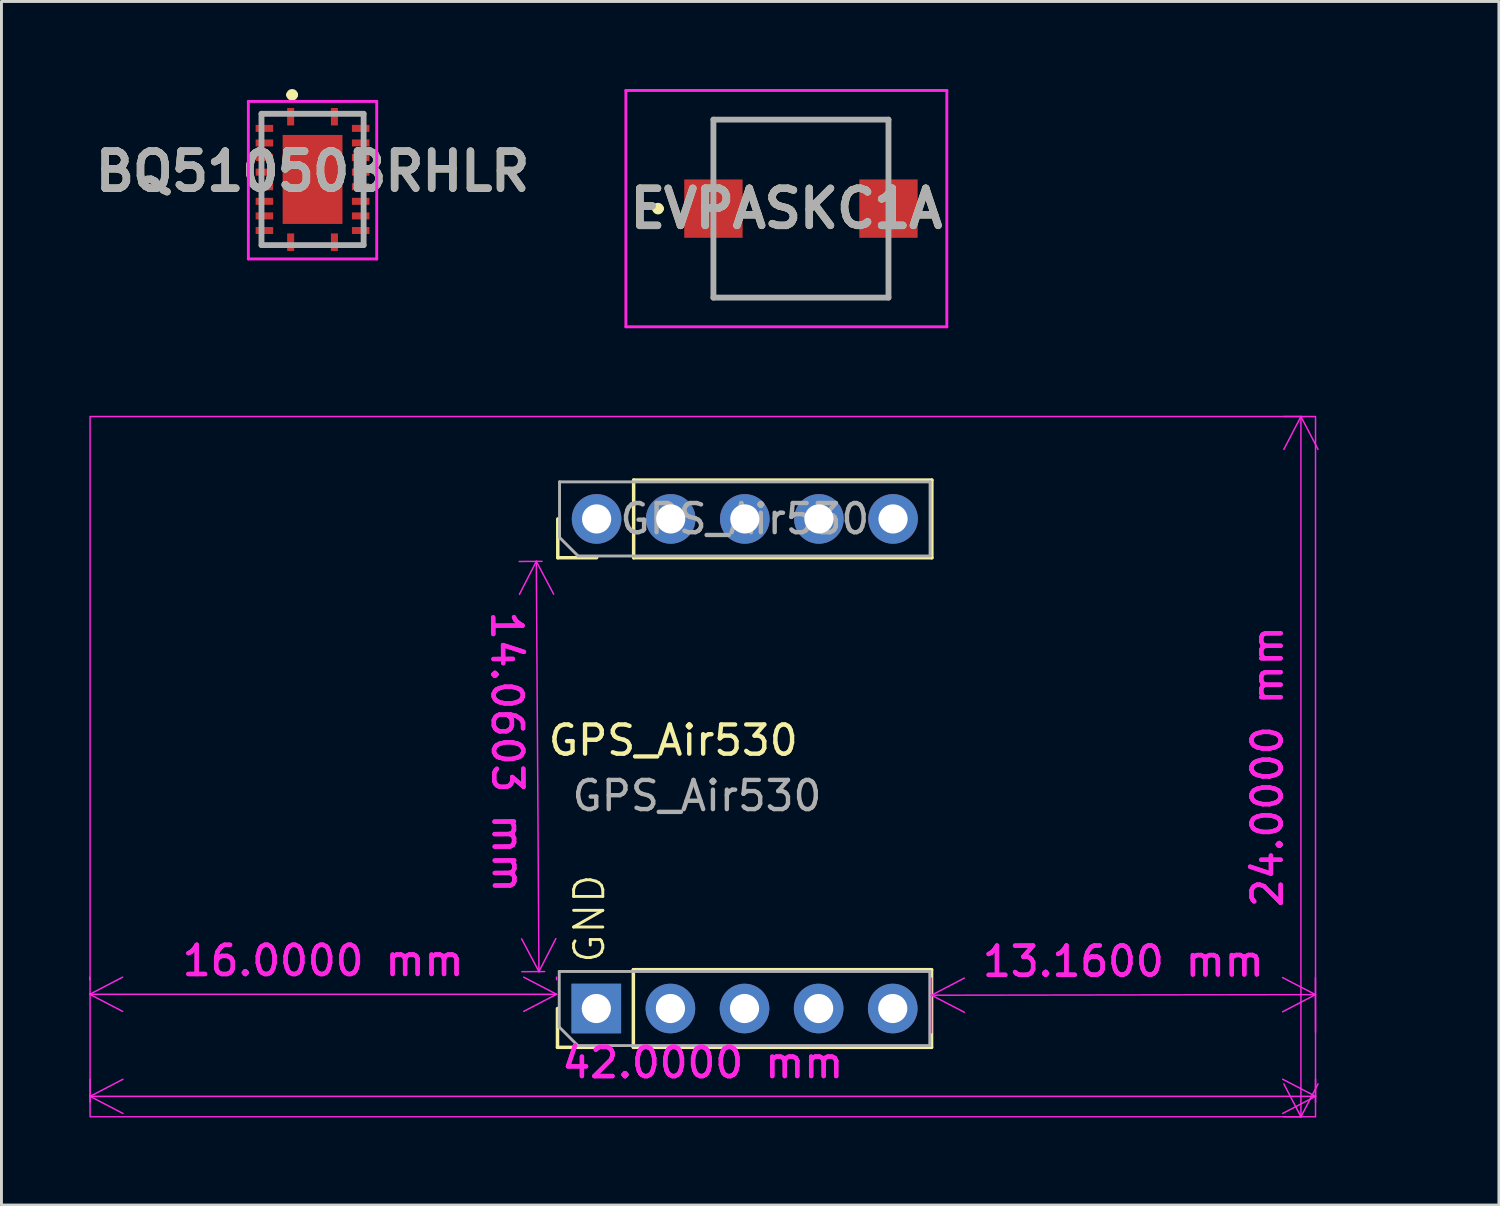
<source format=kicad_pcb>
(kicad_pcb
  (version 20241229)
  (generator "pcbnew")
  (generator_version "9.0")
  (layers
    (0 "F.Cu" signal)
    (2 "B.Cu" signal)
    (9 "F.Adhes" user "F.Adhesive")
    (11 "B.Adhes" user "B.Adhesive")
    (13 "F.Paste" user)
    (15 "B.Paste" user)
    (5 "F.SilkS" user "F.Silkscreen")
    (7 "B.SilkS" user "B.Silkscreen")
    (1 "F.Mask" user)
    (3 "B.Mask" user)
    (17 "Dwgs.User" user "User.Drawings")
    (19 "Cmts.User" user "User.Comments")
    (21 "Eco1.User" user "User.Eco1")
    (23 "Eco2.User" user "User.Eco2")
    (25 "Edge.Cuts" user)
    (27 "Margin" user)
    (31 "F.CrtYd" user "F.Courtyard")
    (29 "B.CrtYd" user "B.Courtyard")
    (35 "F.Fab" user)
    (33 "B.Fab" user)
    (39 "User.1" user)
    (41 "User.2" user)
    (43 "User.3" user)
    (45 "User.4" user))
  (footprint "GPS_Air530"
    (layer "F.Cu")
    (at 20.037 23.225)
    (property "Reference" "GPS_Air530" (at -0.012 -0.9 0) (layer "F.SilkS") (effects (font (size 1 1) (thickness 0.15))))
    (attr through_hole)
    (fp_line (start -3.98 9.62) (end -3.98 8.29) (stroke (width 0.12) (type solid)) (layer "F.SilkS"))
    (fp_line (start -3.97 -7.16) (end -3.97 -8.49) (stroke (width 0.12) (type solid)) (layer "F.SilkS"))
    (fp_line (start -2.65 9.62) (end -3.98 9.62) (stroke (width 0.12) (type solid)) (layer "F.SilkS"))
    (fp_line (start -2.64 -7.16) (end -3.97 -7.16) (stroke (width 0.12) (type solid)) (layer "F.SilkS"))
    (fp_line (start -1.38 6.96) (end 8.84 6.96) (stroke (width 0.12) (type solid)) (layer "F.SilkS"))
    (fp_line (start -1.38 9.62) (end -1.38 6.96) (stroke (width 0.12) (type solid)) (layer "F.SilkS"))
    (fp_line (start -1.38 9.62) (end 8.84 9.62) (stroke (width 0.12) (type solid)) (layer "F.SilkS"))
    (fp_line (start -1.37 -9.82) (end 8.85 -9.82) (stroke (width 0.12) (type solid)) (layer "F.SilkS"))
    (fp_line (start -1.37 -7.16) (end -1.37 -9.82) (stroke (width 0.12) (type solid)) (layer "F.SilkS"))
    (fp_line (start -1.37 -7.16) (end 8.85 -7.16) (stroke (width 0.12) (type solid)) (layer "F.SilkS"))
    (fp_line (start 8.84 9.62) (end 8.84 6.96) (stroke (width 0.12) (type solid)) (layer "F.SilkS"))
    (fp_line (start 8.85 -7.16) (end 8.85 -9.82) (stroke (width 0.12) (type solid)) (layer "F.SilkS"))
    (fp_rect (start -20 -12) (end 22 12) (stroke (width 0.05) (type default)) (fill no) (layer "F.CrtYd"))
    (fp_line (start -3.92 7.02) (end 8.78 7.02) (stroke (width 0.1) (type solid)) (layer "F.Fab"))
    (fp_line (start -3.92 8.925) (end -3.92 7.02) (stroke (width 0.1) (type solid)) (layer "F.Fab"))
    (fp_line (start -3.91 -9.76) (end 8.79 -9.76) (stroke (width 0.1) (type solid)) (layer "F.Fab"))
    (fp_line (start -3.91 -7.855) (end -3.91 -9.76) (stroke (width 0.1) (type solid)) (layer "F.Fab"))
    (fp_line (start -3.285 9.56) (end -3.92 8.925) (stroke (width 0.1) (type solid)) (layer "F.Fab"))
    (fp_line (start -3.275 -7.22) (end -3.91 -7.855) (stroke (width 0.1) (type solid)) (layer "F.Fab"))
    (fp_line (start 8.78 7.02) (end 8.78 9.56) (stroke (width 0.1) (type solid)) (layer "F.Fab"))
    (fp_line (start 8.78 9.56) (end -3.285 9.56) (stroke (width 0.1) (type solid)) (layer "F.Fab"))
    (fp_line (start 8.79 -9.76) (end 8.79 -7.22) (stroke (width 0.1) (type solid)) (layer "F.Fab"))
    (fp_line (start 8.79 -7.22) (end -3.275 -7.22) (stroke (width 0.1) (type solid)) (layer "F.Fab"))
    (fp_text user "GND" (at -2.3 6.8 90) (unlocked yes) (layer "F.SilkS") (effects (font (size 1 1) (thickness 0.1)) (justify left bottom)))
    (fp_text user "${REFERENCE}" (at 2.44 -8.49 180) (layer "F.Fab") (effects (font (size 1 1) (thickness 0.15))))
    (fp_text user "${REFERENCE}" (at 0.8 1 180) (layer "F.Fab") (effects (font (size 1 1) (thickness 0.15))))
    (dimension (type aligned) (layer "F.CrtYd") (pts (xy 0.037 35.225) (xy 42.037 35.225)) (height -0.7) (format (prefix "") (suffix "") (units 3) (units_format 1) (precision 4)) (style (thickness 0.05) (arrow_length 1.27) (text_position_mode 0) (arrow_direction outward) (extension_height 0.586) (extension_offset 0.5) (keep_text_aligned yes)) (gr_text "42.0000 mm" (at 21.037 33.375 0) (layer "F.CrtYd") (effects (font (size 1 1) (thickness 0.15)))))
    (dimension (type aligned) (layer "F.CrtYd") (pts (xy 42.037 11.225) (xy 42.037 35.225)) (height 0.5) (format (prefix "") (suffix "") (units 3) (units_format 1) (precision 4)) (style (thickness 0.05) (arrow_length 1.27) (text_position_mode 0) (arrow_direction outward) (extension_height 0.586) (extension_offset 0.5) (keep_text_aligned yes)) (gr_text "24.0000 mm" (at 40.387 23.225 90) (layer "F.CrtYd") (effects (font (size 1 1) (thickness 0.15)))))
    (dimension (type aligned) (layer "F.CrtYd") (pts (xy 16.117 30.245) (xy 16.027 16.185)) (height -0.696) (format (prefix "") (suffix "") (units 3) (units_format 1) (precision 4)) (style (thickness 0.05) (arrow_length 1.27) (text_position_mode 2) (arrow_direction outward) (extension_height 0.586) (extension_offset 0.5) (keep_text_aligned yes)) (gr_text "14.0603 mm" (at 14.337 22.725 -89.633) (layer "F.CrtYd") (effects (font (size 1 1) (thickness 0.15)))))
    (dimension (type aligned) (layer "F.CrtYd") (pts (xy 0.025 31.027) (xy 16.025 31.027)) (height 0) (format (prefix "") (suffix "") (units 3) (units_format 1) (precision 4)) (style (thickness 0.05) (arrow_length 1.27) (text_position_mode 0) (arrow_direction outward) (extension_height 0.586) (extension_offset 0.5) (keep_text_aligned yes)) (gr_text "16.0000 mm" (at 8.025 29.877 0) (layer "F.CrtYd") (effects (font (size 1 1) (thickness 0.15)))))
    (dimension (type aligned) (layer "F.CrtYd") (pts (xy 28.877 32.845) (xy 42.037 32.825)) (height -1.786) (format (prefix "") (suffix "") (units 3) (units_format 1) (precision 4)) (style (thickness 0.05) (arrow_length 1.27) (text_position_mode 0) (arrow_direction outward) (extension_height 0.586) (extension_offset 0.5) (keep_text_aligned yes)) (gr_text "13.1600 mm" (at 35.453 29.899 0.087) (layer "F.CrtYd") (effects (font (size 1 1) (thickness 0.15)))))
    (pad "1" thru_hole rect (at -2.65 8.29 90) (size 1.7 1.7) (drill 1) (layers "*.Cu" "*.Mask"))
    (pad "2" thru_hole oval (at -0.11 8.29 90) (size 1.7 1.7) (drill 1) (layers "*.Cu" "*.Mask"))
    (pad "3" thru_hole oval (at 2.43 8.29 90) (size 1.7 1.7) (drill 1) (layers "*.Cu" "*.Mask"))
    (pad "4" thru_hole oval (at 4.97 8.29 90) (size 1.7 1.7) (drill 1) (layers "*.Cu" "*.Mask"))
    (pad "5" thru_hole oval (at 7.51 8.29 90) (size 1.7 1.7) (drill 1) (layers "*.Cu" "*.Mask"))
    (pad "6" thru_hole oval (at 7.52 -8.49 90) (size 1.7 1.7) (drill 1) (layers "*.Cu" "*.Mask"))
    (pad "7" thru_hole oval (at 4.98 -8.49 90) (size 1.7 1.7) (drill 1) (layers "*.Cu" "*.Mask"))
    (pad "8" thru_hole oval (at 2.44 -8.49 90) (size 1.7 1.7) (drill 1) (layers "*.Cu" "*.Mask"))
    (pad "9" thru_hole oval (at -0.1 -8.49 90) (size 1.7 1.7) (drill 1) (layers "*.Cu" "*.Mask"))
    (pad "10" thru_hole circle (at -2.64 -8.49 90) (size 1.7 1.7) (drill 1) (layers "*.Cu" "*.Mask")))
  (footprint "BQ51050BRHLR"
    (layer "F.Cu")
    (at 7.662 2.725)
    (property "Reference" "BQ51050BRHLR" (at 0 0.1 0) (layer "F.SilkS") (effects (font (size 1.27 1.27) (thickness 0.254))))
    (attr smd)
    (fp_line (start -1.75 -1.875) (end -1.75 -1.625) (stroke (width 0.1) (type solid)) (layer "F.SilkS"))
    (fp_line (start -1.75 2.375) (end -1.75 2.625) (stroke (width 0.1) (type solid)) (layer "F.SilkS"))
    (fp_line (start -1.75 2.625) (end -1.5 2.625) (stroke (width 0.1) (type solid)) (layer "F.SilkS"))
    (fp_line (start -1.5 -1.875) (end -1.75 -1.875) (stroke (width 0.1) (type solid)) (layer "F.SilkS"))
    (fp_line (start -0.8 -2.525) (end -0.8 -2.525) (stroke (width 0.2) (type solid)) (layer "F.SilkS"))
    (fp_line (start -0.6 -2.525) (end -0.6 -2.525) (stroke (width 0.2) (type solid)) (layer "F.SilkS"))
    (fp_line (start 1.5 -1.875) (end 1.75 -1.875) (stroke (width 0.1) (type solid)) (layer "F.SilkS"))
    (fp_line (start 1.75 -1.875) (end 1.75 -1.625) (stroke (width 0.1) (type solid)) (layer "F.SilkS"))
    (fp_line (start 1.75 2.375) (end 1.75 2.625) (stroke (width 0.1) (type solid)) (layer "F.SilkS"))
    (fp_line (start 1.75 2.625) (end 1.5 2.625) (stroke (width 0.1) (type solid)) (layer "F.SilkS"))
    (fp_arc (start -0.8 -2.525) (mid -0.7 -2.625) (end -0.6 -2.525) (stroke (width 0.2) (type solid)) (layer "F.SilkS"))
    (fp_arc (start -0.6 -2.525) (mid -0.7 -2.425) (end -0.8 -2.525) (stroke (width 0.2) (type solid)) (layer "F.SilkS"))
    (fp_line (start -2.2 -2.3) (end 2.2 -2.3) (stroke (width 0.1) (type solid)) (layer "F.CrtYd"))
    (fp_line (start -2.2 3.1) (end -2.2 -2.3) (stroke (width 0.1) (type solid)) (layer "F.CrtYd"))
    (fp_line (start 2.2 -2.3) (end 2.2 3.1) (stroke (width 0.1) (type solid)) (layer "F.CrtYd"))
    (fp_line (start 2.2 3.1) (end -2.2 3.1) (stroke (width 0.1) (type solid)) (layer "F.CrtYd"))
    (fp_line (start -1.75 -1.875) (end 1.75 -1.875) (stroke (width 0.2) (type solid)) (layer "F.Fab"))
    (fp_line (start -1.75 2.625) (end -1.75 -1.875) (stroke (width 0.2) (type solid)) (layer "F.Fab"))
    (fp_line (start 1.75 -1.875) (end 1.75 2.625) (stroke (width 0.2) (type solid)) (layer "F.Fab"))
    (fp_line (start 1.75 2.625) (end -1.75 2.625) (stroke (width 0.2) (type solid)) (layer "F.Fab"))
    (fp_text user "${REFERENCE}" (at 0 0.1 0) (layer "F.Fab") (effects (font (size 1.27 1.27) (thickness 0.254))))
    (pad "1" smd rect (at -0.75 -1.775) (size 0.24 0.6) (layers "F.Cu" "F.Mask" "F.Paste"))
    (pad "2" smd rect (at -1.65 -1.375 90) (size 0.24 0.6) (layers "F.Cu" "F.Mask" "F.Paste"))
    (pad "3" smd rect (at -1.65 -0.875 90) (size 0.24 0.6) (layers "F.Cu" "F.Mask" "F.Paste"))
    (pad "4" smd rect (at -1.65 -0.375 90) (size 0.24 0.6) (layers "F.Cu" "F.Mask" "F.Paste"))
    (pad "5" smd rect (at -1.65 0.125 90) (size 0.24 0.6) (layers "F.Cu" "F.Mask" "F.Paste"))
    (pad "6" smd rect (at -1.65 0.625 90) (size 0.24 0.6) (layers "F.Cu" "F.Mask" "F.Paste"))
    (pad "7" smd rect (at -1.65 1.125 90) (size 0.24 0.6) (layers "F.Cu" "F.Mask" "F.Paste"))
    (pad "8" smd rect (at -1.65 1.625 90) (size 0.24 0.6) (layers "F.Cu" "F.Mask" "F.Paste"))
    (pad "9" smd rect (at -1.65 2.125 90) (size 0.24 0.6) (layers "F.Cu" "F.Mask" "F.Paste"))
    (pad "10" smd rect (at -0.75 2.525) (size 0.24 0.6) (layers "F.Cu" "F.Mask" "F.Paste"))
    (pad "11" smd rect (at 0.75 2.525) (size 0.24 0.6) (layers "F.Cu" "F.Mask" "F.Paste"))
    (pad "12" smd rect (at 1.65 2.125 90) (size 0.24 0.6) (layers "F.Cu" "F.Mask" "F.Paste"))
    (pad "13" smd rect (at 1.65 1.625 90) (size 0.24 0.6) (layers "F.Cu" "F.Mask" "F.Paste"))
    (pad "14" smd rect (at 1.65 1.125 90) (size 0.24 0.6) (layers "F.Cu" "F.Mask" "F.Paste"))
    (pad "15" smd rect (at 1.65 0.625 90) (size 0.24 0.6) (layers "F.Cu" "F.Mask" "F.Paste"))
    (pad "16" smd rect (at 1.65 0.125 90) (size 0.24 0.6) (layers "F.Cu" "F.Mask" "F.Paste"))
    (pad "17" smd rect (at 1.65 -0.375 90) (size 0.24 0.6) (layers "F.Cu" "F.Mask" "F.Paste"))
    (pad "18" smd rect (at 1.65 -0.875 90) (size 0.24 0.6) (layers "F.Cu" "F.Mask" "F.Paste"))
    (pad "19" smd rect (at 1.65 -1.375 90) (size 0.24 0.6) (layers "F.Cu" "F.Mask" "F.Paste"))
    (pad "20" smd rect (at 0.75 -1.775) (size 0.24 0.6) (layers "F.Cu" "F.Mask" "F.Paste"))
    (pad "21" smd rect (at 0 0.375) (size 2.05 3.05) (layers "F.Cu" "F.Mask" "F.Paste")))
  (footprint "EVPASKC1A"
    (layer "F.Cu")
    (at 24.401 4.1)
    (property "Reference" "EVPASKC1A" (at -0.5 0 0) (layer "F.SilkS") (effects (font (size 1.27 1.27) (thickness 0.254))))
    (attr smd)
    (fp_line (start -5 0) (end -5 0) (stroke (width 0.2) (type solid)) (layer "F.SilkS"))
    (fp_line (start -4.8 0) (end -4.8 0) (stroke (width 0.2) (type solid)) (layer "F.SilkS"))
    (fp_line (start -3 -3.05) (end 3 -3.05) (stroke (width 0.1) (type solid)) (layer "F.SilkS"))
    (fp_line (start -3 3.05) (end 3 3.05) (stroke (width 0.1) (type solid)) (layer "F.SilkS"))
    (fp_arc (start -5 0) (mid -4.9 -0.1) (end -4.8 0) (stroke (width 0.2) (type solid)) (layer "F.SilkS"))
    (fp_arc (start -4.8 0) (mid -4.9 0.1) (end -5 0) (stroke (width 0.2) (type solid)) (layer "F.SilkS"))
    (fp_line (start -6 -4.05) (end 5 -4.05) (stroke (width 0.1) (type solid)) (layer "F.CrtYd"))
    (fp_line (start -6 4.05) (end -6 -4.05) (stroke (width 0.1) (type solid)) (layer "F.CrtYd"))
    (fp_line (start 5 -4.05) (end 5 4.05) (stroke (width 0.1) (type solid)) (layer "F.CrtYd"))
    (fp_line (start 5 4.05) (end -6 4.05) (stroke (width 0.1) (type solid)) (layer "F.CrtYd"))
    (fp_line (start -3 -3.05) (end 3 -3.05) (stroke (width 0.2) (type solid)) (layer "F.Fab"))
    (fp_line (start -3 3.05) (end -3 -3.05) (stroke (width 0.2) (type solid)) (layer "F.Fab"))
    (fp_line (start 3 -3.05) (end 3 3.05) (stroke (width 0.2) (type solid)) (layer "F.Fab"))
    (fp_line (start 3 3.05) (end -3 3.05) (stroke (width 0.2) (type solid)) (layer "F.Fab"))
    (fp_text user "${REFERENCE}" (at -0.5 0 0) (layer "F.Fab") (effects (font (size 1.27 1.27) (thickness 0.254))))
    (pad "A1" smd rect (at -3 0) (size 2 2) (layers "F.Cu" "F.Mask" "F.Paste"))
    (pad "B1" smd rect (at 3 0) (size 2 2) (layers "F.Cu" "F.Mask" "F.Paste")))
  (gr_rect
    (start -3 -3)
    (end 48.322 38.25)
    (stroke (width 0.1) (type default))
    (fill no)
    (layer "Edge.Cuts")))
</source>
